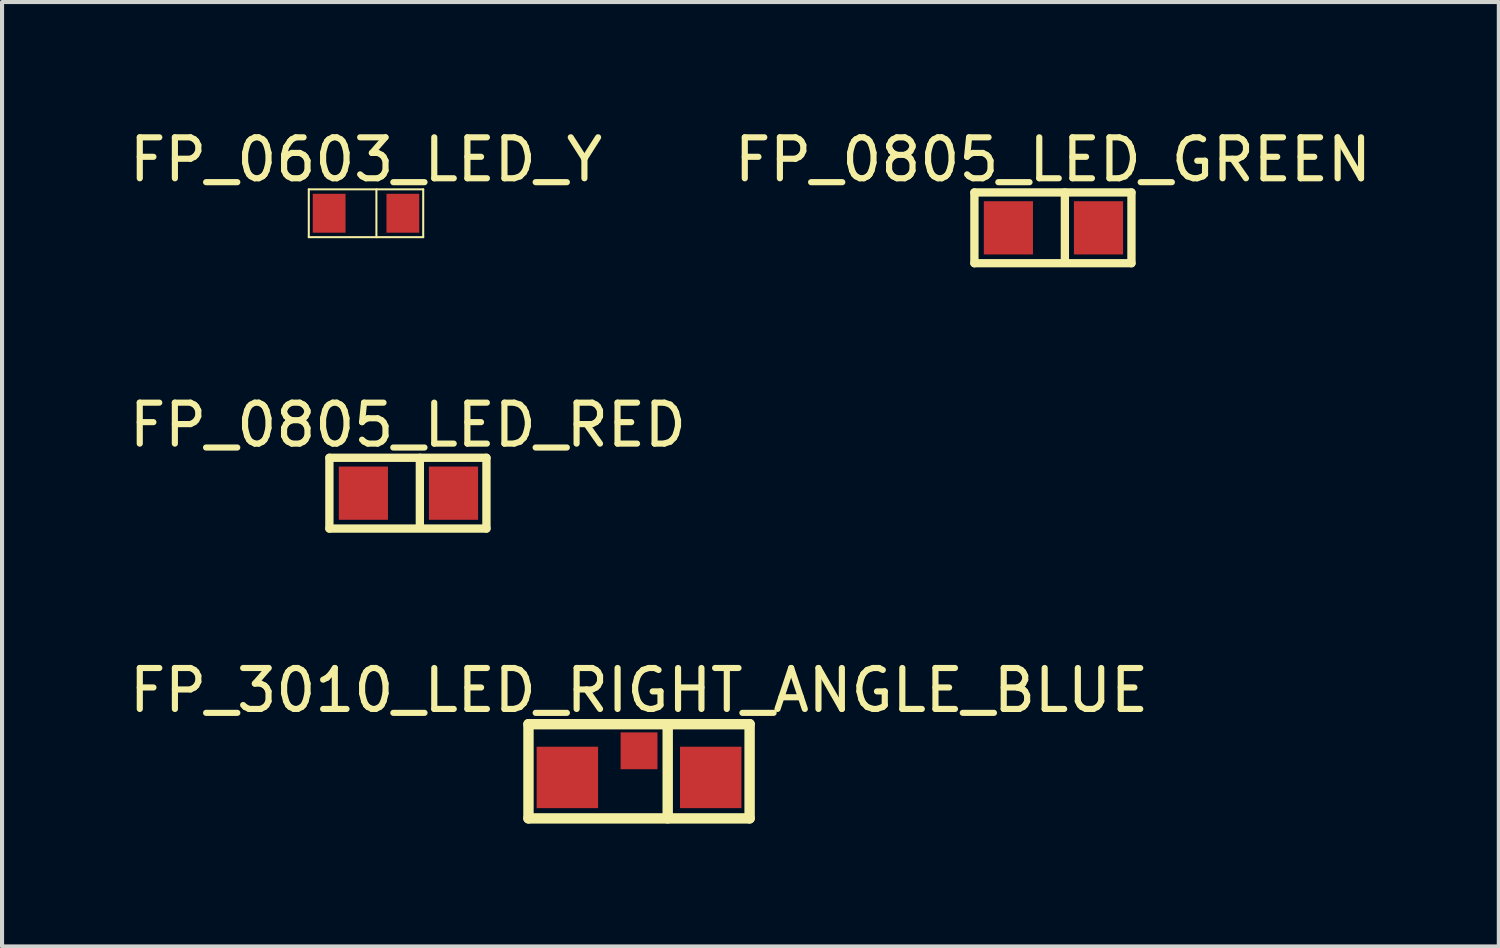
<source format=kicad_pcb>
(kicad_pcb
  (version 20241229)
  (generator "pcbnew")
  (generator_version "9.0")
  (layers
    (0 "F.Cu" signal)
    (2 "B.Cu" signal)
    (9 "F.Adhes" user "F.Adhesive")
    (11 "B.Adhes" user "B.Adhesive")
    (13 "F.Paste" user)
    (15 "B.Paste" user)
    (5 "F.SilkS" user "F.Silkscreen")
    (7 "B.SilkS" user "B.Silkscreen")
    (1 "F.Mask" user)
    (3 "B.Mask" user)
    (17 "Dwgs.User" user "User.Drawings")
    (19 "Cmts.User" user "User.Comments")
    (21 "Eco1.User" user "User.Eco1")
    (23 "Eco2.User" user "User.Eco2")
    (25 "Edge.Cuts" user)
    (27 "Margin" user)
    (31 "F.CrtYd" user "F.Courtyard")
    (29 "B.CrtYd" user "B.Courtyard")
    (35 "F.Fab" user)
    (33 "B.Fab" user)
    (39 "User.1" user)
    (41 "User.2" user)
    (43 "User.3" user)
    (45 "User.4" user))
  (footprint "FP_0603_LED_Y"
    (layer "F.Cu")
    (at 5.887 2.157)
    (property "Reference" "FP_0603_LED_Y" (at 0 -1.309 0) (layer "F.SilkS") (effects (font (size 1 1) (thickness 0.15))))
    (fp_line (start -1.397 -0.584) (end 1.397 -0.584) (stroke (width 0.05) (type solid)) (layer "F.SilkS"))
    (fp_line (start -1.397 0.584) (end -1.397 -0.584) (stroke (width 0.05) (type solid)) (layer "F.SilkS"))
    (fp_line (start -1.397 0.584) (end 1.397 0.584) (stroke (width 0.05) (type solid)) (layer "F.SilkS"))
    (fp_line (start 0.254 0.584) (end 0.254 -0.584) (stroke (width 0.05) (type solid)) (layer "F.SilkS"))
    (fp_line (start 1.397 0.584) (end 1.397 -0.584) (stroke (width 0.05) (type solid)) (layer "F.SilkS"))
    (pad "A" smd rect (at -0.9 0) (size 0.8 0.95) (layers "F.Cu" "F.Mask" "F.Paste"))
    (pad "K" smd rect (at 0.9 0) (size 0.8 0.95) (layers "F.Cu" "F.Mask" "F.Paste")))
  (footprint "FP_3010_LED_RIGHT_ANGLE_BLUE"
    (layer "F.Cu")
    (at 12.554 15.933)
    (property "Reference" "FP_3010_LED_RIGHT_ANGLE_BLUE" (at 0 -2.127 0) (layer "F.SilkS") (effects (font (size 1 1) (thickness 0.15))))
    (fp_line (start -2.7 -1.3) (end 2.7 -1.3) (stroke (width 0.254) (type solid)) (layer "F.SilkS"))
    (fp_line (start -2.7 1) (end -2.7 -1.3) (stroke (width 0.254) (type solid)) (layer "F.SilkS"))
    (fp_line (start -2.7 1) (end 2.7 1) (stroke (width 0.254) (type solid)) (layer "F.SilkS"))
    (fp_line (start 0.7 1) (end 0.7 -1.3) (stroke (width 0.254) (type solid)) (layer "F.SilkS"))
    (fp_line (start 2.7 1) (end 2.7 -1.3) (stroke (width 0.254) (type solid)) (layer "F.SilkS"))
    (pad "0" smd rect (at 0 -0.65 90) (size 0.9 0.9) (layers "F.Cu" "F.Mask" "F.Paste"))
    (pad "A" smd rect (at -1.75 0) (size 1.5 1.5) (layers "F.Cu" "F.Mask" "F.Paste"))
    (pad "K" smd rect (at 1.75 0) (size 1.5 1.5) (layers "F.Cu" "F.Mask" "F.Paste")))
  (footprint "FP_0805_LED_RED"
    (layer "F.Cu")
    (at 6.923 8.992)
    (property "Reference" "FP_0805_LED_RED" (at -0.013 -1.665 0) (layer "F.SilkS") (effects (font (size 1 1) (thickness 0.15))))
    (fp_line (start -1.93 -0.864) (end 1.905 -0.864) (stroke (width 0.203) (type solid)) (layer "F.SilkS"))
    (fp_line (start -1.93 0.864) (end -1.93 -0.864) (stroke (width 0.203) (type solid)) (layer "F.SilkS"))
    (fp_line (start -1.93 0.864) (end 1.905 0.864) (stroke (width 0.203) (type solid)) (layer "F.SilkS"))
    (fp_line (start 0.279 0.838) (end 0.279 -0.864) (stroke (width 0.203) (type solid)) (layer "F.SilkS"))
    (fp_line (start 1.905 0.864) (end 1.905 -0.864) (stroke (width 0.203) (type solid)) (layer "F.SilkS"))
    (pad "A" smd rect (at -1.1 0) (size 1.2 1.3) (layers "F.Cu" "F.Mask" "F.Paste"))
    (pad "K" smd rect (at 1.1 0) (size 1.2 1.3) (layers "F.Cu" "F.Mask" "F.Paste")))
  (footprint "FP_0805_LED_GREEN"
    (layer "F.Cu")
    (at 22.673 2.513)
    (property "Reference" "FP_0805_LED_GREEN" (at -0.013 -1.665 0) (layer "F.SilkS") (effects (font (size 1 1) (thickness 0.15))))
    (fp_line (start -1.93 -0.864) (end 1.905 -0.864) (stroke (width 0.203) (type solid)) (layer "F.SilkS"))
    (fp_line (start -1.93 0.864) (end -1.93 -0.864) (stroke (width 0.203) (type solid)) (layer "F.SilkS"))
    (fp_line (start -1.93 0.864) (end 1.905 0.864) (stroke (width 0.203) (type solid)) (layer "F.SilkS"))
    (fp_line (start 0.279 0.838) (end 0.279 -0.864) (stroke (width 0.203) (type solid)) (layer "F.SilkS"))
    (fp_line (start 1.905 0.864) (end 1.905 -0.864) (stroke (width 0.203) (type solid)) (layer "F.SilkS"))
    (fp_line (start -1.778 -0.762) (end 1.778 -0.762) (stroke (width 0.254) (type solid)) (layer "Eco2.User"))
    (fp_line (start -1.778 0.762) (end -1.778 -0.762) (stroke (width 0.254) (type solid)) (layer "Eco2.User"))
    (fp_line (start -1.778 0.762) (end 1.778 0.762) (stroke (width 0.254) (type solid)) (layer "Eco2.User"))
    (fp_line (start 1.778 0.762) (end 1.778 -0.762) (stroke (width 0.254) (type solid)) (layer "Eco2.User"))
    (fp_text_box "${REFERENCE}" (start -1.143 -0.939) (end 6.779 0.381) (margins 0 0 0 0) (layer "Eco2.User") (effects (font (size 0.762 0.762) (thickness 0.152)) (justify left top)) (border no) (stroke (width 0.1) (type default)))
    (pad "A" smd rect (at -1.1 0) (size 1.2 1.3) (layers "F.Cu" "F.Mask" "F.Paste"))
    (pad "K" smd rect (at 1.1 0) (size 1.2 1.3) (layers "F.Cu" "F.Mask" "F.Paste")))
  (gr_rect
    (start -3 -3)
    (end 33.548 20.06)
    (stroke (width 0.1) (type default))
    (fill no)
    (layer "Edge.Cuts")))
</source>
